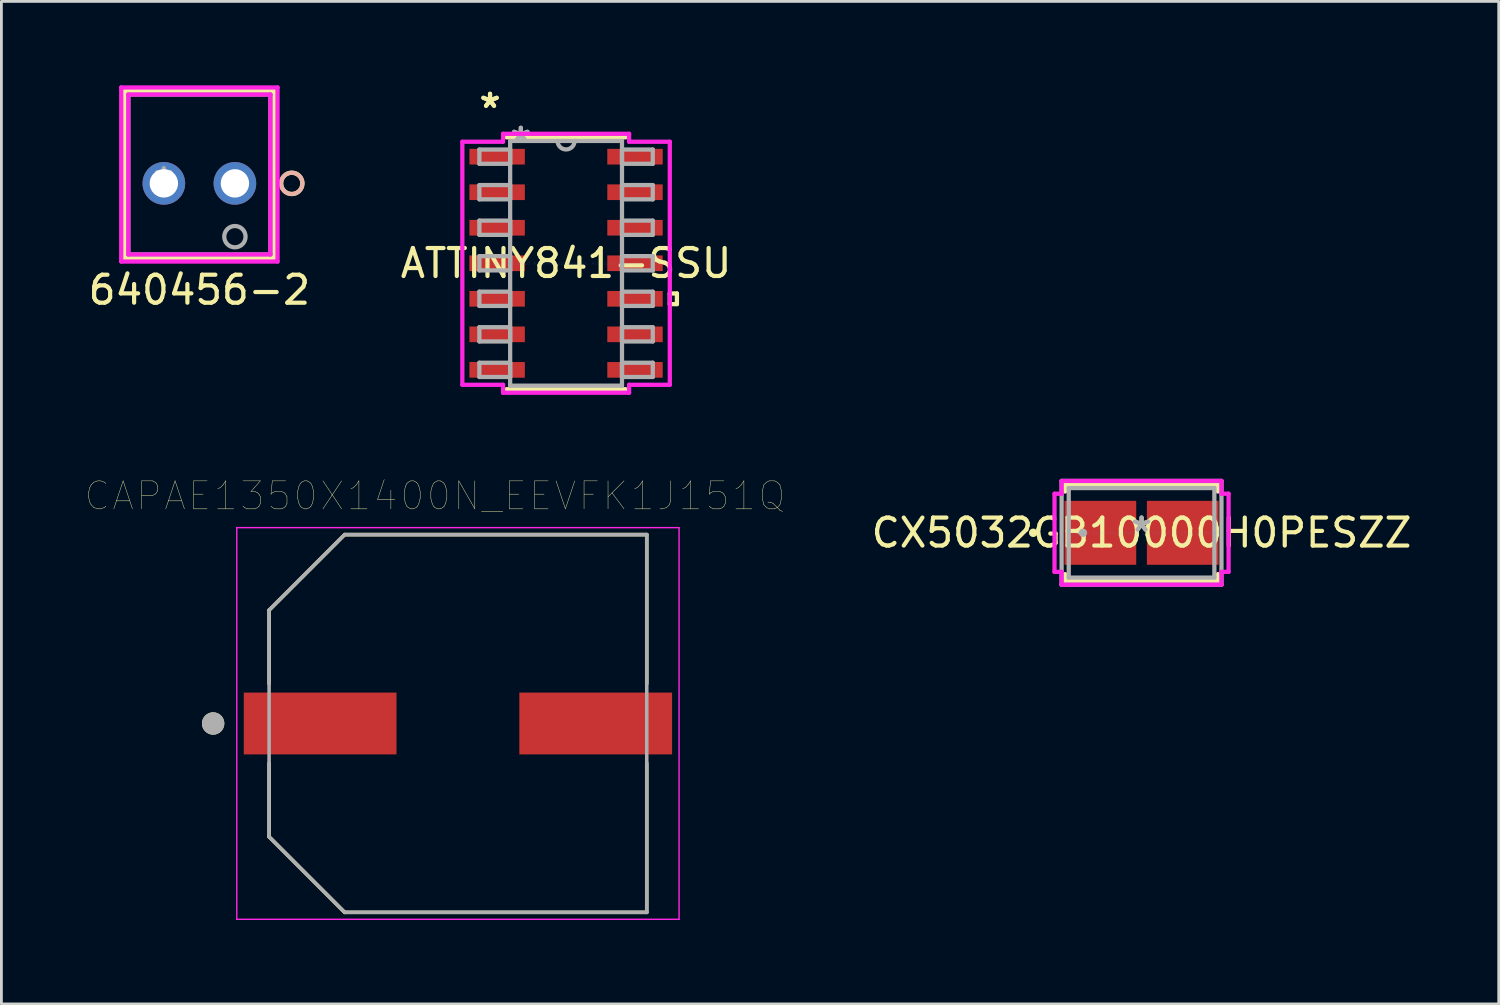
<source format=kicad_pcb>
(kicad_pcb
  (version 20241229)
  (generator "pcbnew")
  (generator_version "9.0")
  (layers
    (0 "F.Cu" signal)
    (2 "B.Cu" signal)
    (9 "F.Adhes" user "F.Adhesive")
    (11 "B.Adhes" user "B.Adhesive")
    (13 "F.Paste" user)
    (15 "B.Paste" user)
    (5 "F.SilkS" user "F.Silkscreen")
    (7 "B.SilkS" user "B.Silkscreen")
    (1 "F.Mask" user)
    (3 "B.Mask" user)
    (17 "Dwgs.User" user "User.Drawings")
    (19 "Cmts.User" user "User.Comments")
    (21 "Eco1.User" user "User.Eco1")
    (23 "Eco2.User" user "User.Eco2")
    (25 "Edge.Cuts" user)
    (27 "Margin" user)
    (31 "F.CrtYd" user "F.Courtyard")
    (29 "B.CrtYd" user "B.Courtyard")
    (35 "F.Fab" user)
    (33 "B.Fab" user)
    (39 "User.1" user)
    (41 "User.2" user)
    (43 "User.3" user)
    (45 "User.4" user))
  (footprint "ATTINY841-SSU"
    (layer "F.Cu")
    (at 17.185 6.361)
    (property "Reference" "ATTINY841-SSU" (at 0 0 0) (layer "F.SilkS") (effects (font (size 1 1) (thickness 0.15))))
    (attr through_hole)
    (fp_line (start -2.126 4.501) (end 2.126 4.501) (stroke (width 0.152) (type solid)) (layer "F.SilkS"))
    (fp_line (start 2.126 -4.501) (end -2.126 -4.501) (stroke (width 0.152) (type solid)) (layer "F.SilkS"))
    (fp_line (start 3.708 1.079) (end 3.962 1.079) (stroke (width 0.152) (type solid)) (layer "F.SilkS"))
    (fp_line (start 3.708 1.46) (end 3.708 1.079) (stroke (width 0.152) (type solid)) (layer "F.SilkS"))
    (fp_line (start 3.962 1.079) (end 3.962 1.46) (stroke (width 0.152) (type solid)) (layer "F.SilkS"))
    (fp_line (start 3.962 1.46) (end 3.708 1.46) (stroke (width 0.152) (type solid)) (layer "F.SilkS"))
    (fp_line (start -3.708 -4.344) (end -2.253 -4.344) (stroke (width 0.152) (type solid)) (layer "F.CrtYd"))
    (fp_line (start -3.708 4.344) (end -3.708 -4.344) (stroke (width 0.152) (type solid)) (layer "F.CrtYd"))
    (fp_line (start -2.253 -4.628) (end 2.253 -4.628) (stroke (width 0.152) (type solid)) (layer "F.CrtYd"))
    (fp_line (start -2.253 -4.344) (end -2.253 -4.628) (stroke (width 0.152) (type solid)) (layer "F.CrtYd"))
    (fp_line (start -2.253 4.344) (end -3.708 4.344) (stroke (width 0.152) (type solid)) (layer "F.CrtYd"))
    (fp_line (start -2.253 4.628) (end -2.253 4.344) (stroke (width 0.152) (type solid)) (layer "F.CrtYd"))
    (fp_line (start 2.253 -4.628) (end 2.253 -4.344) (stroke (width 0.152) (type solid)) (layer "F.CrtYd"))
    (fp_line (start 2.253 -4.344) (end 3.708 -4.344) (stroke (width 0.152) (type solid)) (layer "F.CrtYd"))
    (fp_line (start 2.253 4.344) (end 2.253 4.628) (stroke (width 0.152) (type solid)) (layer "F.CrtYd"))
    (fp_line (start 2.253 4.628) (end -2.253 4.628) (stroke (width 0.152) (type solid)) (layer "F.CrtYd"))
    (fp_line (start 3.708 -4.344) (end 3.708 4.344) (stroke (width 0.152) (type solid)) (layer "F.CrtYd"))
    (fp_line (start 3.708 4.344) (end 2.253 4.344) (stroke (width 0.152) (type solid)) (layer "F.CrtYd"))
    (fp_line (start -3.099 -4.065) (end -3.099 -3.555) (stroke (width 0.152) (type solid)) (layer "F.Fab"))
    (fp_line (start -3.099 -3.555) (end -1.999 -3.555) (stroke (width 0.152) (type solid)) (layer "F.Fab"))
    (fp_line (start -3.099 -2.795) (end -3.099 -2.285) (stroke (width 0.152) (type solid)) (layer "F.Fab"))
    (fp_line (start -3.099 -2.285) (end -1.999 -2.285) (stroke (width 0.152) (type solid)) (layer "F.Fab"))
    (fp_line (start -3.099 -1.525) (end -3.099 -1.015) (stroke (width 0.152) (type solid)) (layer "F.Fab"))
    (fp_line (start -3.099 -1.015) (end -1.999 -1.015) (stroke (width 0.152) (type solid)) (layer "F.Fab"))
    (fp_line (start -3.099 -0.255) (end -3.099 0.255) (stroke (width 0.152) (type solid)) (layer "F.Fab"))
    (fp_line (start -3.099 0.255) (end -1.999 0.255) (stroke (width 0.152) (type solid)) (layer "F.Fab"))
    (fp_line (start -3.099 1.015) (end -3.099 1.525) (stroke (width 0.152) (type solid)) (layer "F.Fab"))
    (fp_line (start -3.099 1.525) (end -1.999 1.525) (stroke (width 0.152) (type solid)) (layer "F.Fab"))
    (fp_line (start -3.099 2.285) (end -3.099 2.795) (stroke (width 0.152) (type solid)) (layer "F.Fab"))
    (fp_line (start -3.099 2.795) (end -1.999 2.795) (stroke (width 0.152) (type solid)) (layer "F.Fab"))
    (fp_line (start -3.099 3.555) (end -3.099 4.065) (stroke (width 0.152) (type solid)) (layer "F.Fab"))
    (fp_line (start -3.099 4.065) (end -1.999 4.065) (stroke (width 0.152) (type solid)) (layer "F.Fab"))
    (fp_line (start -1.999 -4.374) (end -1.999 4.374) (stroke (width 0.152) (type solid)) (layer "F.Fab"))
    (fp_line (start -1.999 -4.065) (end -3.099 -4.065) (stroke (width 0.152) (type solid)) (layer "F.Fab"))
    (fp_line (start -1.999 -3.555) (end -1.999 -4.065) (stroke (width 0.152) (type solid)) (layer "F.Fab"))
    (fp_line (start -1.999 -2.795) (end -3.099 -2.795) (stroke (width 0.152) (type solid)) (layer "F.Fab"))
    (fp_line (start -1.999 -2.285) (end -1.999 -2.795) (stroke (width 0.152) (type solid)) (layer "F.Fab"))
    (fp_line (start -1.999 -1.525) (end -3.099 -1.525) (stroke (width 0.152) (type solid)) (layer "F.Fab"))
    (fp_line (start -1.999 -1.015) (end -1.999 -1.525) (stroke (width 0.152) (type solid)) (layer "F.Fab"))
    (fp_line (start -1.999 -0.255) (end -3.099 -0.255) (stroke (width 0.152) (type solid)) (layer "F.Fab"))
    (fp_line (start -1.999 0.255) (end -1.999 -0.255) (stroke (width 0.152) (type solid)) (layer "F.Fab"))
    (fp_line (start -1.999 1.015) (end -3.099 1.015) (stroke (width 0.152) (type solid)) (layer "F.Fab"))
    (fp_line (start -1.999 1.525) (end -1.999 1.015) (stroke (width 0.152) (type solid)) (layer "F.Fab"))
    (fp_line (start -1.999 2.285) (end -3.099 2.285) (stroke (width 0.152) (type solid)) (layer "F.Fab"))
    (fp_line (start -1.999 2.795) (end -1.999 2.285) (stroke (width 0.152) (type solid)) (layer "F.Fab"))
    (fp_line (start -1.999 3.555) (end -3.099 3.555) (stroke (width 0.152) (type solid)) (layer "F.Fab"))
    (fp_line (start -1.999 4.065) (end -1.999 3.555) (stroke (width 0.152) (type solid)) (layer "F.Fab"))
    (fp_line (start -1.999 4.374) (end 1.999 4.374) (stroke (width 0.152) (type solid)) (layer "F.Fab"))
    (fp_line (start 1.999 -4.374) (end -1.999 -4.374) (stroke (width 0.152) (type solid)) (layer "F.Fab"))
    (fp_line (start 1.999 -4.065) (end 1.999 -3.555) (stroke (width 0.152) (type solid)) (layer "F.Fab"))
    (fp_line (start 1.999 -3.555) (end 3.099 -3.555) (stroke (width 0.152) (type solid)) (layer "F.Fab"))
    (fp_line (start 1.999 -2.795) (end 1.999 -2.285) (stroke (width 0.152) (type solid)) (layer "F.Fab"))
    (fp_line (start 1.999 -2.285) (end 3.099 -2.285) (stroke (width 0.152) (type solid)) (layer "F.Fab"))
    (fp_line (start 1.999 -1.525) (end 1.999 -1.015) (stroke (width 0.152) (type solid)) (layer "F.Fab"))
    (fp_line (start 1.999 -1.015) (end 3.099 -1.015) (stroke (width 0.152) (type solid)) (layer "F.Fab"))
    (fp_line (start 1.999 -0.255) (end 1.999 0.255) (stroke (width 0.152) (type solid)) (layer "F.Fab"))
    (fp_line (start 1.999 0.255) (end 3.099 0.255) (stroke (width 0.152) (type solid)) (layer "F.Fab"))
    (fp_line (start 1.999 1.015) (end 1.999 1.525) (stroke (width 0.152) (type solid)) (layer "F.Fab"))
    (fp_line (start 1.999 1.525) (end 3.099 1.525) (stroke (width 0.152) (type solid)) (layer "F.Fab"))
    (fp_line (start 1.999 2.285) (end 1.999 2.795) (stroke (width 0.152) (type solid)) (layer "F.Fab"))
    (fp_line (start 1.999 2.795) (end 3.099 2.795) (stroke (width 0.152) (type solid)) (layer "F.Fab"))
    (fp_line (start 1.999 3.555) (end 1.999 4.065) (stroke (width 0.152) (type solid)) (layer "F.Fab"))
    (fp_line (start 1.999 4.065) (end 3.099 4.065) (stroke (width 0.152) (type solid)) (layer "F.Fab"))
    (fp_line (start 1.999 4.374) (end 1.999 -4.374) (stroke (width 0.152) (type solid)) (layer "F.Fab"))
    (fp_line (start 3.099 -4.065) (end 1.999 -4.065) (stroke (width 0.152) (type solid)) (layer "F.Fab"))
    (fp_line (start 3.099 -3.555) (end 3.099 -4.065) (stroke (width 0.152) (type solid)) (layer "F.Fab"))
    (fp_line (start 3.099 -2.795) (end 1.999 -2.795) (stroke (width 0.152) (type solid)) (layer "F.Fab"))
    (fp_line (start 3.099 -2.285) (end 3.099 -2.795) (stroke (width 0.152) (type solid)) (layer "F.Fab"))
    (fp_line (start 3.099 -1.525) (end 1.999 -1.525) (stroke (width 0.152) (type solid)) (layer "F.Fab"))
    (fp_line (start 3.099 -1.015) (end 3.099 -1.525) (stroke (width 0.152) (type solid)) (layer "F.Fab"))
    (fp_line (start 3.099 -0.255) (end 1.999 -0.255) (stroke (width 0.152) (type solid)) (layer "F.Fab"))
    (fp_line (start 3.099 0.255) (end 3.099 -0.255) (stroke (width 0.152) (type solid)) (layer "F.Fab"))
    (fp_line (start 3.099 1.015) (end 1.999 1.015) (stroke (width 0.152) (type solid)) (layer "F.Fab"))
    (fp_line (start 3.099 1.525) (end 3.099 1.015) (stroke (width 0.152) (type solid)) (layer "F.Fab"))
    (fp_line (start 3.099 2.285) (end 1.999 2.285) (stroke (width 0.152) (type solid)) (layer "F.Fab"))
    (fp_line (start 3.099 2.795) (end 3.099 2.285) (stroke (width 0.152) (type solid)) (layer "F.Fab"))
    (fp_line (start 3.099 3.555) (end 1.999 3.555) (stroke (width 0.152) (type solid)) (layer "F.Fab"))
    (fp_line (start 3.099 4.065) (end 3.099 3.555) (stroke (width 0.152) (type solid)) (layer "F.Fab"))
    (fp_arc (start 0.3048 -4.37388) (mid 0 -4.06908) (end -0.3048 -4.37388) (stroke (width 0.1524) (type solid)) (layer "F.Fab"))
    (fp_text user "*" (at -2.718 -5.513 0) (layer "F.SilkS") (effects (font (size 1 1) (thickness 0.15))))
    (fp_text user "*" (at -2.718 -5.513 0) (layer "F.SilkS") (effects (font (size 1 1) (thickness 0.15))))
    (fp_text user "Copyright 2016 Accelerated Designs. All rights reserved." (at 0 0 0) (layer "Cmts.User") (effects (font (size 0.127 0.127) (thickness 0.002))))
    (fp_text user "*" (at -1.618 -4.298 0) (layer "F.Fab") (effects (font (size 1 1) (thickness 0.15))))
    (fp_text user "*" (at -1.618 -4.298 0) (layer "F.Fab") (effects (font (size 1 1) (thickness 0.15))))
    (pad "1" smd rect (at -2.464 -3.81) (size 1.981 0.56) (layers "F.Cu" "F.Mask" "F.Paste"))
    (pad "2" smd rect (at -2.464 -2.54) (size 1.981 0.56) (layers "F.Cu" "F.Mask" "F.Paste"))
    (pad "3" smd rect (at -2.464 -1.27) (size 1.981 0.56) (layers "F.Cu" "F.Mask" "F.Paste"))
    (pad "4" smd rect (at -2.464 0) (size 1.981 0.56) (layers "F.Cu" "F.Mask" "F.Paste"))
    (pad "5" smd rect (at -2.464 1.27) (size 1.981 0.56) (layers "F.Cu" "F.Mask" "F.Paste"))
    (pad "6" smd rect (at -2.464 2.54) (size 1.981 0.56) (layers "F.Cu" "F.Mask" "F.Paste"))
    (pad "7" smd rect (at -2.464 3.81) (size 1.981 0.56) (layers "F.Cu" "F.Mask" "F.Paste"))
    (pad "8" smd rect (at 2.464 3.81) (size 1.981 0.56) (layers "F.Cu" "F.Mask" "F.Paste"))
    (pad "9" smd rect (at 2.464 2.54) (size 1.981 0.56) (layers "F.Cu" "F.Mask" "F.Paste"))
    (pad "10" smd rect (at 2.464 1.27) (size 1.981 0.56) (layers "F.Cu" "F.Mask" "F.Paste"))
    (pad "11" smd rect (at 2.464 0) (size 1.981 0.56) (layers "F.Cu" "F.Mask" "F.Paste"))
    (pad "12" smd rect (at 2.464 -1.27) (size 1.981 0.56) (layers "F.Cu" "F.Mask" "F.Paste"))
    (pad "13" smd rect (at 2.464 -2.54) (size 1.981 0.56) (layers "F.Cu" "F.Mask" "F.Paste"))
    (pad "14" smd rect (at 2.464 -3.81) (size 1.981 0.56) (layers "F.Cu" "F.Mask" "F.Paste")))
  (footprint "CX5032GB10000H0PESZZ"
    (layer "F.Cu")
    (at 37.756 15.996)
    (property "Reference" "CX5032GB10000H0PESZZ" (at 0 0 0) (layer "F.SilkS") (effects (font (size 1 1) (thickness 0.15))))
    (attr through_hole)
    (fp_line (start -2.731 -1.727) (end -2.731 -1.476) (stroke (width 0.152) (type solid)) (layer "F.SilkS"))
    (fp_line (start -2.731 1.476) (end -2.731 1.727) (stroke (width 0.152) (type solid)) (layer "F.SilkS"))
    (fp_line (start -2.731 1.727) (end 2.731 1.727) (stroke (width 0.152) (type solid)) (layer "F.SilkS"))
    (fp_line (start 2.731 -1.727) (end -2.731 -1.727) (stroke (width 0.152) (type solid)) (layer "F.SilkS"))
    (fp_line (start 2.731 -1.476) (end 2.731 -1.727) (stroke (width 0.152) (type solid)) (layer "F.SilkS"))
    (fp_line (start 2.731 1.727) (end 2.731 1.476) (stroke (width 0.152) (type solid)) (layer "F.SilkS"))
    (fp_circle (center -3.873 0) (end -3.797 0) (stroke (width 0.152) (type solid)) (fill no) (layer "F.SilkS"))
    (fp_line (start -3.111 -1.397) (end -2.857 -1.397) (stroke (width 0.152) (type solid)) (layer "F.CrtYd"))
    (fp_line (start -3.111 1.397) (end -3.111 -1.397) (stroke (width 0.152) (type solid)) (layer "F.CrtYd"))
    (fp_line (start -2.857 -1.854) (end 2.857 -1.854) (stroke (width 0.152) (type solid)) (layer "F.CrtYd"))
    (fp_line (start -2.857 -1.397) (end -2.857 -1.854) (stroke (width 0.152) (type solid)) (layer "F.CrtYd"))
    (fp_line (start -2.857 1.397) (end -3.111 1.397) (stroke (width 0.152) (type solid)) (layer "F.CrtYd"))
    (fp_line (start -2.857 1.854) (end -2.857 1.397) (stroke (width 0.152) (type solid)) (layer "F.CrtYd"))
    (fp_line (start 2.857 -1.854) (end 2.857 -1.397) (stroke (width 0.152) (type solid)) (layer "F.CrtYd"))
    (fp_line (start 2.857 -1.397) (end 3.111 -1.397) (stroke (width 0.152) (type solid)) (layer "F.CrtYd"))
    (fp_line (start 2.857 1.397) (end 2.857 1.854) (stroke (width 0.152) (type solid)) (layer "F.CrtYd"))
    (fp_line (start 2.857 1.854) (end -2.857 1.854) (stroke (width 0.152) (type solid)) (layer "F.CrtYd"))
    (fp_line (start 3.111 -1.397) (end 3.111 1.397) (stroke (width 0.152) (type solid)) (layer "F.CrtYd"))
    (fp_line (start 3.111 1.397) (end 2.857 1.397) (stroke (width 0.152) (type solid)) (layer "F.CrtYd"))
    (fp_line (start -2.857 -1.854) (end 2.857 -1.854) (stroke (width 0.152) (type solid)) (layer "F.Fab"))
    (fp_line (start -2.857 1.854) (end -2.857 -1.854) (stroke (width 0.152) (type solid)) (layer "F.Fab"))
    (fp_line (start -2.603 -1.6) (end -2.603 1.6) (stroke (width 0.152) (type solid)) (layer "F.Fab"))
    (fp_line (start -2.603 1.6) (end 2.603 1.6) (stroke (width 0.152) (type solid)) (layer "F.Fab"))
    (fp_line (start 2.603 -1.6) (end -2.603 -1.6) (stroke (width 0.152) (type solid)) (layer "F.Fab"))
    (fp_line (start 2.603 1.6) (end 2.603 -1.6) (stroke (width 0.152) (type solid)) (layer "F.Fab"))
    (fp_line (start 2.857 -1.854) (end 2.857 1.854) (stroke (width 0.152) (type solid)) (layer "F.Fab"))
    (fp_line (start 2.857 1.854) (end -2.857 1.854) (stroke (width 0.152) (type solid)) (layer "F.Fab"))
    (fp_circle (center -2.095 0) (end -2.019 0) (stroke (width 0.152) (type solid)) (fill no) (layer "F.Fab"))
    (fp_text user "*" (at 0 0 0) (layer "F.SilkS") (effects (font (size 1 1) (thickness 0.15))))
    (fp_text user "Copyright 2016 Accelerated Designs. All rights reserved." (at 0 0 0) (layer "Cmts.User") (effects (font (size 0.127 0.127) (thickness 0.002))))
    (fp_text user "*" (at 0 0 0) (layer "F.Fab") (effects (font (size 1 1) (thickness 0.15))))
    (pad "1" smd rect (at -1.473 0 90) (size 2.286 2.565) (layers "F.Cu" "F.Mask" "F.Paste"))
    (pad "2" smd rect (at 1.473 0 90) (size 2.286 2.565) (layers "F.Cu" "F.Mask" "F.Paste")))
  (footprint "640456-2"
    (layer "F.Cu")
    (at 2.807 3.505)
    (property "Reference" "640456-2" (at 1.27 3.81 0) (layer "F.SilkS") (effects (font (size 1 1) (thickness 0.15))))
    (attr through_hole)
    (fp_line (start -1.397 -3.302) (end -1.397 2.667) (stroke (width 0.152) (type solid)) (layer "F.SilkS"))
    (fp_line (start -1.397 2.667) (end 3.937 2.667) (stroke (width 0.152) (type solid)) (layer "F.SilkS"))
    (fp_line (start 3.937 -3.302) (end -1.397 -3.302) (stroke (width 0.152) (type solid)) (layer "F.SilkS"))
    (fp_line (start 3.937 2.667) (end 3.937 -3.302) (stroke (width 0.152) (type solid)) (layer "F.SilkS"))
    (fp_circle (center 4.572 0) (end 4.953 0) (stroke (width 0.152) (type solid)) (fill no) (layer "F.SilkS"))
    (fp_circle (center 4.572 0) (end 4.953 0) (stroke (width 0.152) (type solid)) (fill no) (layer "B.SilkS"))
    (fp_line (start -1.524 -3.429) (end -1.524 2.794) (stroke (width 0.152) (type solid)) (layer "F.CrtYd"))
    (fp_line (start -1.524 2.794) (end 4.064 2.794) (stroke (width 0.152) (type solid)) (layer "F.CrtYd"))
    (fp_line (start -1.27 -3.175) (end -1.27 2.54) (stroke (width 0.152) (type solid)) (layer "F.CrtYd"))
    (fp_line (start -1.27 2.54) (end 3.81 2.54) (stroke (width 0.152) (type solid)) (layer "F.CrtYd"))
    (fp_line (start 3.81 -3.175) (end -1.27 -3.175) (stroke (width 0.152) (type solid)) (layer "F.CrtYd"))
    (fp_line (start 3.81 2.54) (end 3.81 -3.175) (stroke (width 0.152) (type solid)) (layer "F.CrtYd"))
    (fp_line (start 4.064 -3.429) (end -1.524 -3.429) (stroke (width 0.152) (type solid)) (layer "F.CrtYd"))
    (fp_line (start 4.064 2.794) (end 4.064 -3.429) (stroke (width 0.152) (type solid)) (layer "F.CrtYd"))
    (fp_line (start -1.27 -3.175) (end -1.27 2.54) (stroke (width 0.152) (type solid)) (layer "F.Fab"))
    (fp_line (start -1.27 2.54) (end 3.81 2.54) (stroke (width 0.152) (type solid)) (layer "F.Fab"))
    (fp_line (start 3.81 -3.175) (end -1.27 -3.175) (stroke (width 0.152) (type solid)) (layer "F.Fab"))
    (fp_line (start 3.81 2.54) (end 3.81 -3.175) (stroke (width 0.152) (type solid)) (layer "F.Fab"))
    (fp_circle (center 2.54 1.905) (end 2.921 1.905) (stroke (width 0.152) (type solid)) (fill no) (layer "F.Fab"))
    (fp_text user "*" (at 0 0 0) (layer "F.Fab") (effects (font (size 1 1) (thickness 0.15))))
    (pad "1" thru_hole circle (at 2.54 0) (size 1.524 1.524) (drill 1.016) (layers "*.Cu" "*.Mask"))
    (pad "2" thru_hole circle (at 0 0) (size 1.524 1.524) (drill 1.016) (layers "*.Cu" "*.Mask")))
  (footprint "CAPAE1350X1400N_EEVFK1J151Q"
    (layer "F.Cu")
    (at 13.319 22.812)
    (property "Reference" "CAPAE1350X1400N_EEVFK1J151Q" (at -0.825 -8.135 0) (layer "F.SilkS") (effects (font (size 1 1) (thickness 0.015))))
    (attr through_hole)
    (fp_line (start -6.75 -4.05) (end -4.05 -6.752) (stroke (width 0.127) (type solid)) (layer "F.SilkS"))
    (fp_line (start -6.75 -1.42) (end -6.75 -4.05) (stroke (width 0.127) (type solid)) (layer "F.SilkS"))
    (fp_line (start -6.75 4.05) (end -6.75 1.42) (stroke (width 0.127) (type solid)) (layer "F.SilkS"))
    (fp_line (start -4.05 -6.752) (end 6.75 -6.752) (stroke (width 0.127) (type solid)) (layer "F.SilkS"))
    (fp_line (start -4.05 6.752) (end -6.75 4.05) (stroke (width 0.127) (type solid)) (layer "F.SilkS"))
    (fp_line (start 6.75 -6.752) (end 6.75 -1.42) (stroke (width 0.127) (type solid)) (layer "F.SilkS"))
    (fp_line (start 6.75 1.42) (end 6.75 6.752) (stroke (width 0.127) (type solid)) (layer "F.SilkS"))
    (fp_line (start 6.75 6.752) (end -4.05 6.752) (stroke (width 0.127) (type solid)) (layer "F.SilkS"))
    (fp_circle (center -8.75 0) (end -8.55 0) (stroke (width 0.4) (type solid)) (fill no) (layer "F.SilkS"))
    (fp_line (start -7.905 -7) (end 7.905 -7) (stroke (width 0.05) (type solid)) (layer "F.CrtYd"))
    (fp_line (start -7.905 7) (end -7.905 -7) (stroke (width 0.05) (type solid)) (layer "F.CrtYd"))
    (fp_line (start 7.905 -7) (end 7.905 7) (stroke (width 0.05) (type solid)) (layer "F.CrtYd"))
    (fp_line (start 7.905 7) (end -7.905 7) (stroke (width 0.05) (type solid)) (layer "F.CrtYd"))
    (fp_line (start -6.75 -4.05) (end -6.75 4.05) (stroke (width 0.127) (type solid)) (layer "F.Fab"))
    (fp_line (start -6.75 4.05) (end -4.05 6.75) (stroke (width 0.127) (type solid)) (layer "F.Fab"))
    (fp_line (start -4.05 -6.75) (end -6.75 -4.05) (stroke (width 0.127) (type solid)) (layer "F.Fab"))
    (fp_line (start -4.05 6.75) (end 6.75 6.75) (stroke (width 0.127) (type solid)) (layer "F.Fab"))
    (fp_line (start 6.75 -6.75) (end -4.05 -6.75) (stroke (width 0.127) (type solid)) (layer "F.Fab"))
    (fp_line (start 6.75 6.75) (end 6.75 -6.75) (stroke (width 0.127) (type solid)) (layer "F.Fab"))
    (fp_circle (center -8.75 0) (end -8.55 0) (stroke (width 0.4) (type solid)) (fill no) (layer "F.Fab"))
    (pad "1" smd rect (at -4.925 0) (size 5.46 2.21) (layers "F.Cu" "F.Mask" "F.Paste"))
    (pad "2" smd rect (at 4.925 0) (size 5.46 2.21) (layers "F.Cu" "F.Mask" "F.Paste")))
  (gr_rect
    (start -3 -3)
    (end 50.524 32.837)
    (stroke (width 0.1) (type default))
    (fill no)
    (layer "Edge.Cuts")))
</source>
